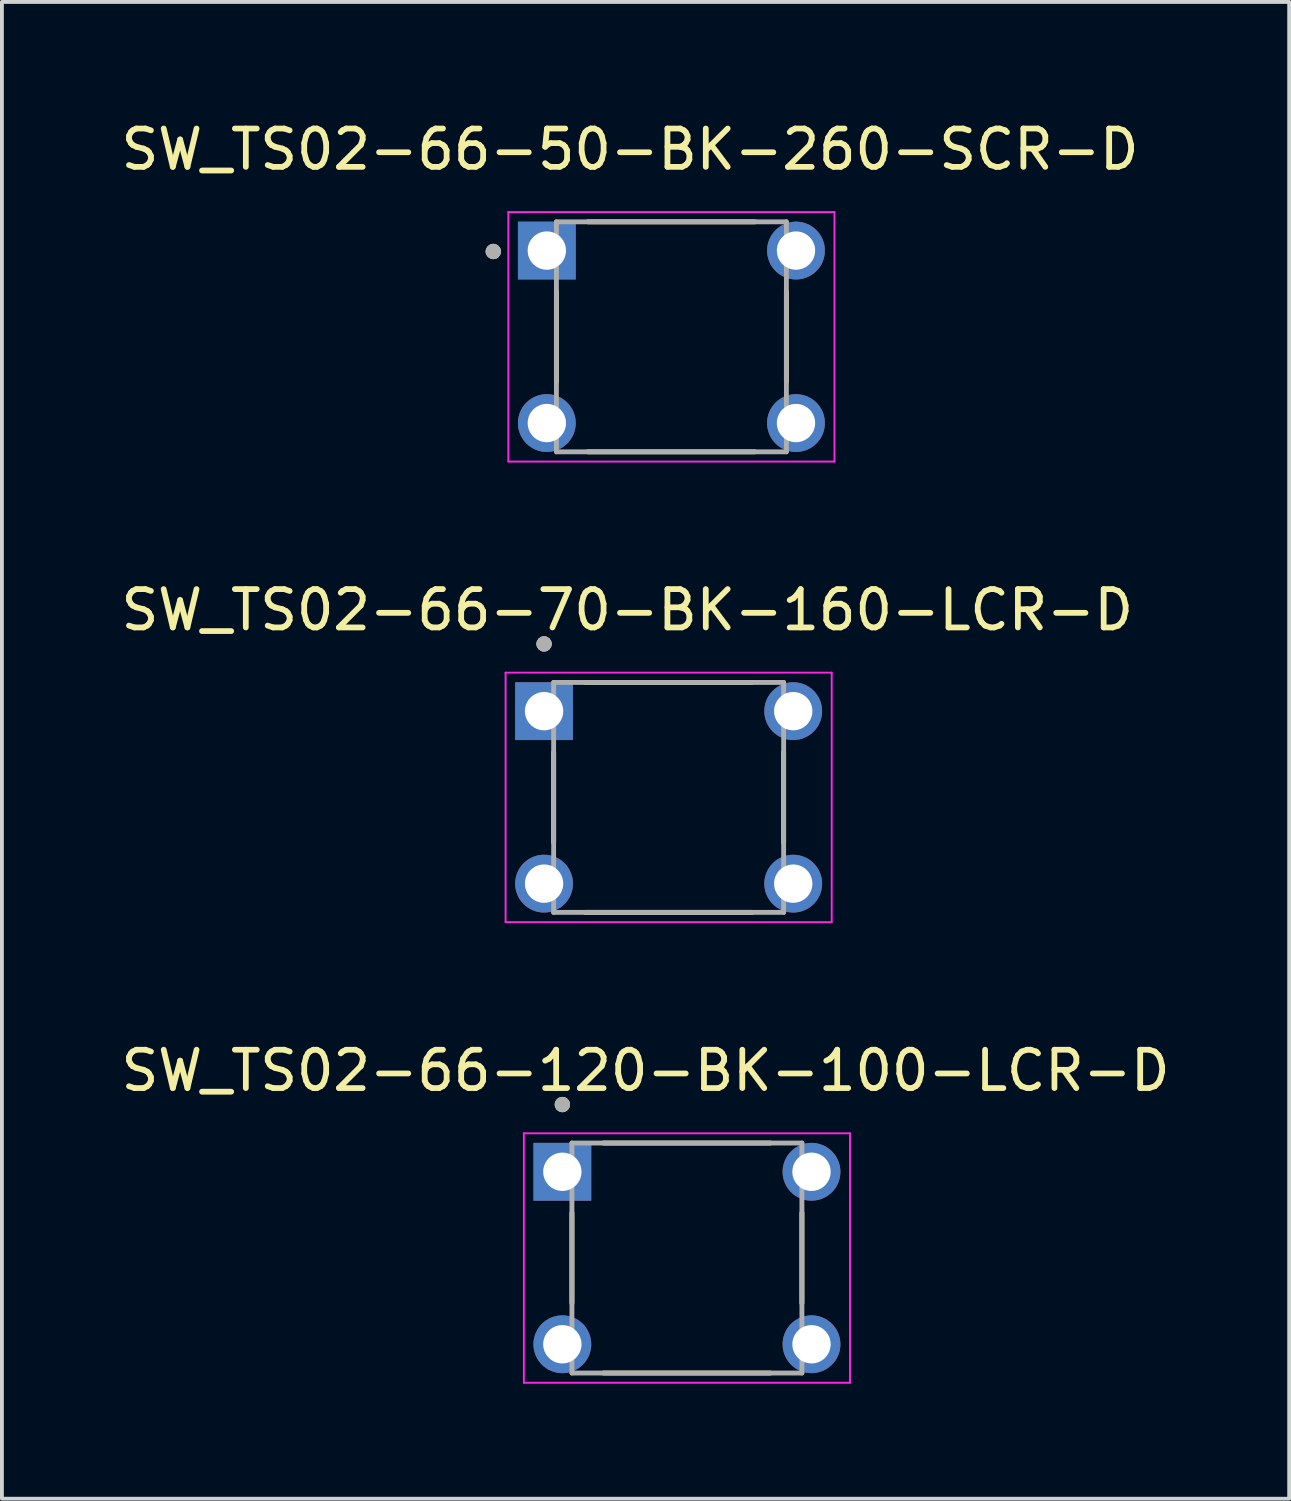
<source format=kicad_pcb>
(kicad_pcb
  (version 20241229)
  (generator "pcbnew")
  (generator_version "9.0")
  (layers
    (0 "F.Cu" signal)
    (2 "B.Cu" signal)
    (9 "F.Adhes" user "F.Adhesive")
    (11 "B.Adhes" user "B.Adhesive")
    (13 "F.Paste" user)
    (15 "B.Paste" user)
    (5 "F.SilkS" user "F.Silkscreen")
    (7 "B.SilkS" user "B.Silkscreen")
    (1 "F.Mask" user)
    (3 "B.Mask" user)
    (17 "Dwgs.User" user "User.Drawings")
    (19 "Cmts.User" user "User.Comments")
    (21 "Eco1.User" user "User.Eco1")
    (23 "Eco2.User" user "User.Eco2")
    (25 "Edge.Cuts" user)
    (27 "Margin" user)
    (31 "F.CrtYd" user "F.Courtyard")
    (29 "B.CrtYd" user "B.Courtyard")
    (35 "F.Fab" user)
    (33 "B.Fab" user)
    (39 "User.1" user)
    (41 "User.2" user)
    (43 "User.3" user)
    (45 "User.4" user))
  (footprint "SW_TS02-66-120-BK-100-LCR-D"
    (layer "F.Cu")
    (at 14.871 29.77)
    (property "Reference" "SW_TS02-66-120-BK-100-LCR-D" (at -1.079 -4.889 0) (layer "F.SilkS") (effects (font (size 1 1) (thickness 0.15))))
    (attr through_hole)
    (fp_line (start -3 -1.176) (end -3 1.176) (stroke (width 0.127) (type solid)) (layer "F.SilkS"))
    (fp_line (start -2.176 -3) (end 2.176 -3) (stroke (width 0.127) (type solid)) (layer "F.SilkS"))
    (fp_line (start -2.176 3) (end 2.176 3) (stroke (width 0.127) (type solid)) (layer "F.SilkS"))
    (fp_line (start 3 -1.176) (end 3 1.176) (stroke (width 0.127) (type solid)) (layer "F.SilkS"))
    (fp_circle (center -3.25 -4.004) (end -3.15 -4.004) (stroke (width 0.2) (type solid)) (fill no) (layer "F.SilkS"))
    (fp_line (start -4.254 -3.254) (end -4.254 3.254) (stroke (width 0.05) (type solid)) (layer "F.CrtYd"))
    (fp_line (start -4.254 3.254) (end 4.254 3.254) (stroke (width 0.05) (type solid)) (layer "F.CrtYd"))
    (fp_line (start 4.254 -3.254) (end -4.254 -3.254) (stroke (width 0.05) (type solid)) (layer "F.CrtYd"))
    (fp_line (start 4.254 3.254) (end 4.254 -3.254) (stroke (width 0.05) (type solid)) (layer "F.CrtYd"))
    (fp_line (start -3 -3) (end 3 -3) (stroke (width 0.127) (type solid)) (layer "F.Fab"))
    (fp_line (start -3 3) (end -3 -3) (stroke (width 0.127) (type solid)) (layer "F.Fab"))
    (fp_line (start 3 -3) (end 3 3) (stroke (width 0.127) (type solid)) (layer "F.Fab"))
    (fp_line (start 3 3) (end -3 3) (stroke (width 0.127) (type solid)) (layer "F.Fab"))
    (fp_circle (center -3.25 -4.004) (end -3.15 -4.004) (stroke (width 0.2) (type solid)) (fill no) (layer "F.Fab"))
    (pad "1" thru_hole rect (at -3.25 -2.25) (size 1.508 1.508) (drill 1) (layers "*.Cu" "*.Mask"))
    (pad "2" thru_hole circle (at 3.25 -2.25) (size 1.508 1.508) (drill 1) (layers "*.Cu" "*.Mask"))
    (pad "3" thru_hole circle (at -3.25 2.25) (size 1.508 1.508) (drill 1) (layers "*.Cu" "*.Mask"))
    (pad "4" thru_hole circle (at 3.25 2.25) (size 1.508 1.508) (drill 1) (layers "*.Cu" "*.Mask")))
  (footprint "SW_TS02-66-50-BK-260-SCR-D"
    (layer "F.Cu")
    (at 14.466 5.737)
    (property "Reference" "SW_TS02-66-50-BK-260-SCR-D" (at -1.079 -4.889 0) (layer "F.SilkS") (effects (font (size 1 1) (thickness 0.15))))
    (attr through_hole)
    (fp_line (start -3 -1.176) (end -3 1.176) (stroke (width 0.127) (type solid)) (layer "F.SilkS"))
    (fp_line (start -2.176 -3) (end 2.176 -3) (stroke (width 0.127) (type solid)) (layer "F.SilkS"))
    (fp_line (start -2.176 3) (end 2.176 3) (stroke (width 0.127) (type solid)) (layer "F.SilkS"))
    (fp_line (start 3 -1.176) (end 3 1.176) (stroke (width 0.127) (type solid)) (layer "F.SilkS"))
    (fp_circle (center -4.647 -2.226) (end -4.547 -2.226) (stroke (width 0.2) (type solid)) (fill no) (layer "F.SilkS"))
    (fp_line (start -4.254 -3.254) (end -4.254 3.254) (stroke (width 0.05) (type solid)) (layer "F.CrtYd"))
    (fp_line (start -4.254 3.254) (end 4.254 3.254) (stroke (width 0.05) (type solid)) (layer "F.CrtYd"))
    (fp_line (start 4.254 -3.254) (end -4.254 -3.254) (stroke (width 0.05) (type solid)) (layer "F.CrtYd"))
    (fp_line (start 4.254 3.254) (end 4.254 -3.254) (stroke (width 0.05) (type solid)) (layer "F.CrtYd"))
    (fp_line (start -3 -3) (end 3 -3) (stroke (width 0.127) (type solid)) (layer "F.Fab"))
    (fp_line (start -3 3) (end -3 -3) (stroke (width 0.127) (type solid)) (layer "F.Fab"))
    (fp_line (start 3 -3) (end 3 3) (stroke (width 0.127) (type solid)) (layer "F.Fab"))
    (fp_line (start 3 3) (end -3 3) (stroke (width 0.127) (type solid)) (layer "F.Fab"))
    (fp_circle (center -4.647 -2.226) (end -4.547 -2.226) (stroke (width 0.2) (type solid)) (fill no) (layer "F.Fab"))
    (pad "1" thru_hole rect (at -3.25 -2.25) (size 1.508 1.508) (drill 1) (layers "*.Cu" "*.Mask"))
    (pad "2" thru_hole circle (at 3.25 -2.25) (size 1.508 1.508) (drill 1) (layers "*.Cu" "*.Mask"))
    (pad "3" thru_hole circle (at -3.25 2.25) (size 1.508 1.508) (drill 1) (layers "*.Cu" "*.Mask"))
    (pad "4" thru_hole circle (at 3.25 2.25) (size 1.508 1.508) (drill 1) (layers "*.Cu" "*.Mask")))
  (footprint "SW_TS02-66-70-BK-160-LCR-D"
    (layer "F.Cu")
    (at 14.394 17.753)
    (property "Reference" "SW_TS02-66-70-BK-160-LCR-D" (at -1.079 -4.889 0) (layer "F.SilkS") (effects (font (size 1 1) (thickness 0.15))))
    (attr through_hole)
    (fp_line (start -3 -1.176) (end -3 1.176) (stroke (width 0.127) (type solid)) (layer "F.SilkS"))
    (fp_line (start -2.176 -3) (end 2.176 -3) (stroke (width 0.127) (type solid)) (layer "F.SilkS"))
    (fp_line (start -2.176 3) (end 2.176 3) (stroke (width 0.127) (type solid)) (layer "F.SilkS"))
    (fp_line (start 3 -1.176) (end 3 1.176) (stroke (width 0.127) (type solid)) (layer "F.SilkS"))
    (fp_circle (center -3.25 -4.004) (end -3.15 -4.004) (stroke (width 0.2) (type solid)) (fill no) (layer "F.SilkS"))
    (fp_line (start -4.254 -3.254) (end -4.254 3.254) (stroke (width 0.05) (type solid)) (layer "F.CrtYd"))
    (fp_line (start -4.254 3.254) (end 4.254 3.254) (stroke (width 0.05) (type solid)) (layer "F.CrtYd"))
    (fp_line (start 4.254 -3.254) (end -4.254 -3.254) (stroke (width 0.05) (type solid)) (layer "F.CrtYd"))
    (fp_line (start 4.254 3.254) (end 4.254 -3.254) (stroke (width 0.05) (type solid)) (layer "F.CrtYd"))
    (fp_line (start -3 -3) (end 3 -3) (stroke (width 0.127) (type solid)) (layer "F.Fab"))
    (fp_line (start -3 3) (end -3 -3) (stroke (width 0.127) (type solid)) (layer "F.Fab"))
    (fp_line (start 3 -3) (end 3 3) (stroke (width 0.127) (type solid)) (layer "F.Fab"))
    (fp_line (start 3 3) (end -3 3) (stroke (width 0.127) (type solid)) (layer "F.Fab"))
    (fp_circle (center -3.25 -4.004) (end -3.15 -4.004) (stroke (width 0.2) (type solid)) (fill no) (layer "F.Fab"))
    (pad "1" thru_hole rect (at -3.25 -2.25) (size 1.508 1.508) (drill 1) (layers "*.Cu" "*.Mask"))
    (pad "2" thru_hole circle (at 3.25 -2.25) (size 1.508 1.508) (drill 1) (layers "*.Cu" "*.Mask"))
    (pad "3" thru_hole circle (at -3.25 2.25) (size 1.508 1.508) (drill 1) (layers "*.Cu" "*.Mask"))
    (pad "4" thru_hole circle (at 3.25 2.25) (size 1.508 1.508) (drill 1) (layers "*.Cu" "*.Mask")))
  (gr_rect
    (start -3 -3)
    (end 30.583 36.049)
    (stroke (width 0.1) (type default))
    (fill no)
    (layer "Edge.Cuts")))
</source>
